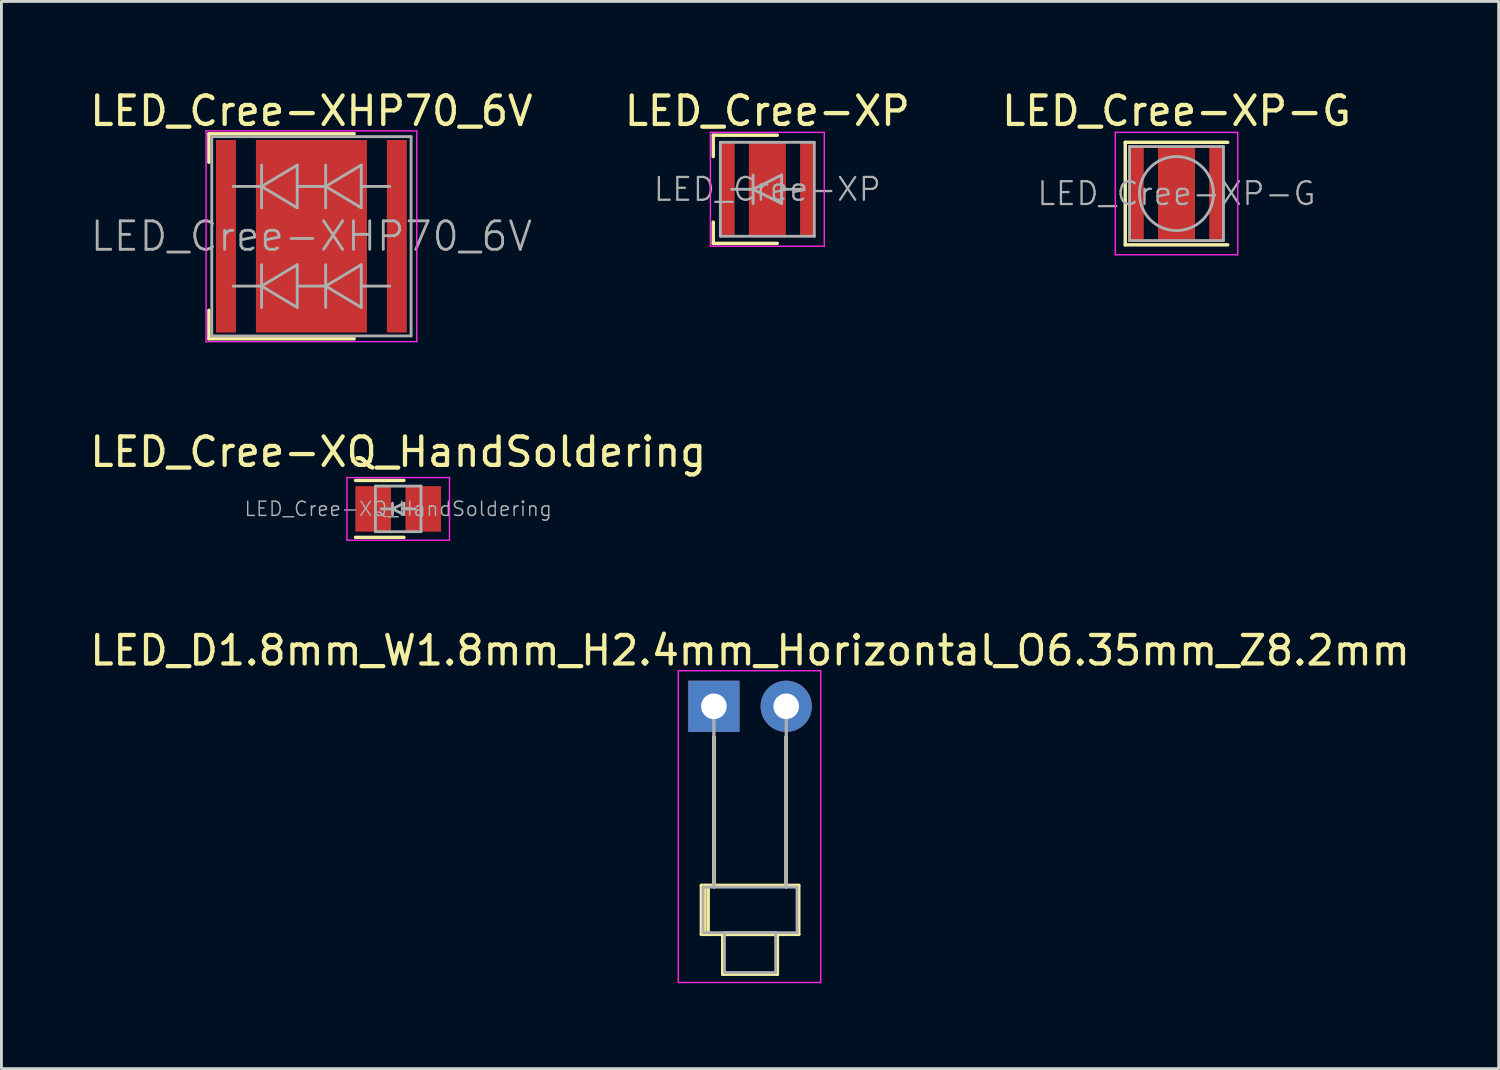
<source format=kicad_pcb>
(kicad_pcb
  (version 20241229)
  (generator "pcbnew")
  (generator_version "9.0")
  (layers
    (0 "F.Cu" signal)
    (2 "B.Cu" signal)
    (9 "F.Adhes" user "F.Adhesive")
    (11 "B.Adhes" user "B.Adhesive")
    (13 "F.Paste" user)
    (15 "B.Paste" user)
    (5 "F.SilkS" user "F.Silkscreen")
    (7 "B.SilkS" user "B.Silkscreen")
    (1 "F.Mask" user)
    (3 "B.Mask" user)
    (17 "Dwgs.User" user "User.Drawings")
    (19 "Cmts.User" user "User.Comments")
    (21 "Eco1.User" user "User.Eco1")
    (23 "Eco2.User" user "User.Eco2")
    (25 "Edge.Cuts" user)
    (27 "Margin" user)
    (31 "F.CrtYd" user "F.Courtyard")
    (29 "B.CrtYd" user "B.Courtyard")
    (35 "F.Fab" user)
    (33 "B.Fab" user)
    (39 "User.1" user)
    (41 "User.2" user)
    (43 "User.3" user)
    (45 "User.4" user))
  (footprint "LED_Cree-XP"
    (layer "F.Cu")
    (at 23.899 3.598)
    (property "Reference" "LED_Cree-XP" (at 0 -2.75 0) (layer "F.SilkS") (effects (font (size 1 1) (thickness 0.15))))
    (attr smd)
    (fp_line (start -1.9 -1.9) (end -1.9 -1.15) (stroke (width 0.12) (type solid)) (layer "F.SilkS"))
    (fp_line (start -1.9 1.9) (end -1.9 1.15) (stroke (width 0.12) (type solid)) (layer "F.SilkS"))
    (fp_line (start 0.35 -1.9) (end -1.9 -1.9) (stroke (width 0.12) (type solid)) (layer "F.SilkS"))
    (fp_line (start 0.35 1.9) (end -1.9 1.9) (stroke (width 0.12) (type solid)) (layer "F.SilkS"))
    (fp_line (start -2 -2) (end 2 -2) (stroke (width 0.05) (type solid)) (layer "F.CrtYd"))
    (fp_line (start -2 2) (end -2 -2) (stroke (width 0.05) (type solid)) (layer "F.CrtYd"))
    (fp_line (start 2 -2) (end 2 2) (stroke (width 0.05) (type solid)) (layer "F.CrtYd"))
    (fp_line (start 2 2) (end -2 2) (stroke (width 0.05) (type solid)) (layer "F.CrtYd"))
    (fp_line (start -1.65 -1.65) (end 1.65 -1.65) (stroke (width 0.1) (type solid)) (layer "F.Fab"))
    (fp_line (start -1.65 1.65) (end -1.65 -1.65) (stroke (width 0.1) (type solid)) (layer "F.Fab"))
    (fp_line (start -1.25 0) (end -0.5 0) (stroke (width 0.1) (type solid)) (layer "F.Fab"))
    (fp_line (start -0.5 -0.5) (end -0.5 0.5) (stroke (width 0.1) (type solid)) (layer "F.Fab"))
    (fp_line (start -0.5 0) (end 0.5 -0.5) (stroke (width 0.1) (type solid)) (layer "F.Fab"))
    (fp_line (start 0.5 -0.5) (end 0.5 0.5) (stroke (width 0.1) (type solid)) (layer "F.Fab"))
    (fp_line (start 0.5 0.5) (end -0.5 0) (stroke (width 0.1) (type solid)) (layer "F.Fab"))
    (fp_line (start 1.25 0) (end 0.5 0) (stroke (width 0.1) (type solid)) (layer "F.Fab"))
    (fp_line (start 1.65 -1.65) (end 1.65 1.65) (stroke (width 0.1) (type solid)) (layer "F.Fab"))
    (fp_line (start 1.65 1.65) (end -1.65 1.65) (stroke (width 0.1) (type solid)) (layer "F.Fab"))
    (fp_text user "${REFERENCE}" (at 0 0 0) (layer "F.Fab") (effects (font (size 0.8 0.8) (thickness 0.08))))
    (pad "" smd rect (at 0 -1) (size 1.01 0.75) (layers "F.Paste"))
    (pad "" smd rect (at 0 0) (size 1.01 0.75) (layers "F.Paste"))
    (pad "" smd rect (at 0 1) (size 1.01 0.75) (layers "F.Paste"))
    (pad "1" smd rect (at -1.4 0) (size 0.5 3.3) (layers "F.Cu" "F.Mask" "F.Paste"))
    (pad "2" smd rect (at 1.4 0) (size 0.5 3.3) (layers "F.Cu" "F.Mask" "F.Paste"))
    (pad "3" smd rect (at 0 0) (size 1.3 3.3) (layers "F.Cu" "F.Mask")))
  (footprint "LED_Cree-XP-G"
    (layer "F.Cu")
    (at 38.268 3.748)
    (property "Reference" "LED_Cree-XP-G" (at 0 -2.9 0) (layer "F.SilkS") (effects (font (size 1 1) (thickness 0.15))))
    (attr smd)
    (fp_line (start -1.8 -1.8) (end 1.8 -1.8) (stroke (width 0.12) (type solid)) (layer "F.SilkS"))
    (fp_line (start -1.8 1.8) (end -1.8 -1.8) (stroke (width 0.12) (type solid)) (layer "F.SilkS"))
    (fp_line (start 1.8 1.8) (end -1.8 1.8) (stroke (width 0.12) (type solid)) (layer "F.SilkS"))
    (fp_line (start -2.15 -2.15) (end 2.15 -2.15) (stroke (width 0.05) (type solid)) (layer "F.CrtYd"))
    (fp_line (start -2.15 2.15) (end -2.15 -2.15) (stroke (width 0.05) (type solid)) (layer "F.CrtYd"))
    (fp_line (start 2.15 -2.15) (end 2.15 2.15) (stroke (width 0.05) (type solid)) (layer "F.CrtYd"))
    (fp_line (start 2.15 2.15) (end -2.15 2.15) (stroke (width 0.05) (type solid)) (layer "F.CrtYd"))
    (fp_line (start -1.65 -1.65) (end 1.65 -1.65) (stroke (width 0.1) (type solid)) (layer "F.Fab"))
    (fp_line (start -1.65 1.65) (end -1.65 -1.65) (stroke (width 0.1) (type solid)) (layer "F.Fab"))
    (fp_line (start 1.65 -1.65) (end 1.65 1.65) (stroke (width 0.1) (type solid)) (layer "F.Fab"))
    (fp_line (start 1.65 1.65) (end -1.65 1.65) (stroke (width 0.1) (type solid)) (layer "F.Fab"))
    (fp_circle (center 0 0) (end 0 1.3) (stroke (width 0.1) (type solid)) (fill no) (layer "F.Fab"))
    (fp_text user "${REFERENCE}" (at 0 0 0) (layer "F.Fab") (effects (font (size 0.8 0.8) (thickness 0.08))))
    (pad "" smd rect (at 0 -1) (size 1.01 0.75) (layers "F.Paste"))
    (pad "" smd rect (at 0 0) (size 1.01 0.75) (layers "F.Paste"))
    (pad "" smd rect (at 0 1) (size 1.01 0.75) (layers "F.Paste"))
    (pad "1" smd rect (at -1.4 0) (size 0.5 3.3) (layers "F.Cu" "F.Mask" "F.Paste"))
    (pad "2" smd rect (at 1.4 0) (size 0.5 3.3) (layers "F.Cu" "F.Mask" "F.Paste"))
    (pad "3" smd rect (at 0 0) (size 1.3 3.3) (layers "F.Cu" "F.Mask")))
  (footprint "LED_Cree-XQ_HandSoldering"
    (layer "F.Cu")
    (at 10.935 14.822)
    (property "Reference" "LED_Cree-XQ_HandSoldering" (at 0 -2 0) (layer "F.SilkS") (effects (font (size 1 1) (thickness 0.15))))
    (attr smd)
    (fp_line (start 0.2 -1) (end -1.5 -1) (stroke (width 0.12) (type solid)) (layer "F.SilkS"))
    (fp_line (start 0.2 1) (end -1.5 1) (stroke (width 0.12) (type solid)) (layer "F.SilkS"))
    (fp_line (start -1.8 -1.1) (end 1.8 -1.1) (stroke (width 0.05) (type solid)) (layer "F.CrtYd"))
    (fp_line (start -1.8 1.1) (end -1.8 -1.1) (stroke (width 0.05) (type solid)) (layer "F.CrtYd"))
    (fp_line (start 1.8 -1.1) (end 1.8 1.1) (stroke (width 0.05) (type solid)) (layer "F.CrtYd"))
    (fp_line (start 1.8 1.1) (end -1.8 1.1) (stroke (width 0.05) (type solid)) (layer "F.CrtYd"))
    (fp_line (start -0.8 -0.8) (end 0.8 -0.8) (stroke (width 0.1) (type solid)) (layer "F.Fab"))
    (fp_line (start -0.8 0.8) (end -0.8 -0.8) (stroke (width 0.1) (type solid)) (layer "F.Fab"))
    (fp_line (start -0.6 0) (end -0.2 0) (stroke (width 0.1) (type solid)) (layer "F.Fab"))
    (fp_line (start -0.2 -0.2) (end -0.2 0.2) (stroke (width 0.1) (type solid)) (layer "F.Fab"))
    (fp_line (start -0.2 0) (end 0.2 -0.2) (stroke (width 0.1) (type solid)) (layer "F.Fab"))
    (fp_line (start 0.2 -0.2) (end 0.2 0.2) (stroke (width 0.1) (type solid)) (layer "F.Fab"))
    (fp_line (start 0.2 0.2) (end -0.2 0) (stroke (width 0.1) (type solid)) (layer "F.Fab"))
    (fp_line (start 0.6 0) (end 0.2 0) (stroke (width 0.1) (type solid)) (layer "F.Fab"))
    (fp_line (start 0.8 -0.8) (end 0.8 0.8) (stroke (width 0.1) (type solid)) (layer "F.Fab"))
    (fp_line (start 0.8 0.8) (end -0.8 0.8) (stroke (width 0.1) (type solid)) (layer "F.Fab"))
    (fp_text user "${REFERENCE}" (at 0 0 0) (layer "F.Fab") (effects (font (size 0.5 0.5) (thickness 0.05))))
    (pad "1" smd rect (at -0.88 0) (size 1.25 1.6) (layers "F.Cu" "F.Mask" "F.Paste"))
    (pad "2" smd rect (at 0.88 0) (size 1.25 1.6) (layers "F.Cu" "F.Mask" "F.Paste")))
  (footprint "LED_Cree-XHP70_6V"
    (layer "F.Cu")
    (at 7.887 5.248)
    (property "Reference" "LED_Cree-XHP70_6V" (at 0 -4.4 0) (layer "F.SilkS") (effects (font (size 1 1) (thickness 0.15))))
    (attr smd)
    (fp_line (start -3.6 -3.6) (end -3.6 -2.6) (stroke (width 0.12) (type solid)) (layer "F.SilkS"))
    (fp_line (start -3.6 3.6) (end -3.6 2.6) (stroke (width 0.12) (type solid)) (layer "F.SilkS"))
    (fp_line (start 1.5 -3.6) (end -3.6 -3.6) (stroke (width 0.12) (type solid)) (layer "F.SilkS"))
    (fp_line (start 1.5 3.6) (end -3.6 3.6) (stroke (width 0.12) (type solid)) (layer "F.SilkS"))
    (fp_line (start -3.7 -3.7) (end -3.7 3.7) (stroke (width 0.05) (type solid)) (layer "F.CrtYd"))
    (fp_line (start -3.7 3.7) (end 3.7 3.7) (stroke (width 0.05) (type solid)) (layer "F.CrtYd"))
    (fp_line (start 3.7 -3.7) (end -3.7 -3.7) (stroke (width 0.05) (type solid)) (layer "F.CrtYd"))
    (fp_line (start 3.7 3.7) (end 3.7 -3.7) (stroke (width 0.05) (type solid)) (layer "F.CrtYd"))
    (fp_line (start -3.5 -3.5) (end -3.5 3.5) (stroke (width 0.1) (type solid)) (layer "F.Fab"))
    (fp_line (start -3.5 3.5) (end 3.5 3.5) (stroke (width 0.1) (type solid)) (layer "F.Fab"))
    (fp_line (start -2.75 -1.75) (end -1.75 -1.75) (stroke (width 0.1) (type solid)) (layer "F.Fab"))
    (fp_line (start -2.75 1.75) (end -1.75 1.75) (stroke (width 0.1) (type solid)) (layer "F.Fab"))
    (fp_line (start -1.75 -1.75) (end -1.75 -2.5) (stroke (width 0.1) (type solid)) (layer "F.Fab"))
    (fp_line (start -1.75 -1.75) (end -1.75 -1) (stroke (width 0.1) (type solid)) (layer "F.Fab"))
    (fp_line (start -1.75 -1.75) (end -0.5 -1) (stroke (width 0.1) (type solid)) (layer "F.Fab"))
    (fp_line (start -1.75 1.75) (end -1.75 1) (stroke (width 0.1) (type solid)) (layer "F.Fab"))
    (fp_line (start -1.75 1.75) (end -1.75 2.5) (stroke (width 0.1) (type solid)) (layer "F.Fab"))
    (fp_line (start -1.75 1.75) (end -0.5 2.5) (stroke (width 0.1) (type solid)) (layer "F.Fab"))
    (fp_line (start -0.5 -2.5) (end -1.75 -1.75) (stroke (width 0.1) (type solid)) (layer "F.Fab"))
    (fp_line (start -0.5 -1.75) (end 0.5 -1.75) (stroke (width 0.1) (type solid)) (layer "F.Fab"))
    (fp_line (start -0.5 -1) (end -0.5 -2.5) (stroke (width 0.1) (type solid)) (layer "F.Fab"))
    (fp_line (start -0.5 1) (end -1.75 1.75) (stroke (width 0.1) (type solid)) (layer "F.Fab"))
    (fp_line (start -0.5 1.75) (end 0.5 1.75) (stroke (width 0.1) (type solid)) (layer "F.Fab"))
    (fp_line (start -0.5 2.5) (end -0.5 1) (stroke (width 0.1) (type solid)) (layer "F.Fab"))
    (fp_line (start 0.5 -2.5) (end 0.5 -1) (stroke (width 0.1) (type solid)) (layer "F.Fab"))
    (fp_line (start 0.5 -1.75) (end 1.75 -2.5) (stroke (width 0.1) (type solid)) (layer "F.Fab"))
    (fp_line (start 0.5 1) (end 0.5 2.5) (stroke (width 0.1) (type solid)) (layer "F.Fab"))
    (fp_line (start 0.5 1.75) (end 1.75 1) (stroke (width 0.1) (type solid)) (layer "F.Fab"))
    (fp_line (start 1.75 -1.75) (end 1.75 -2.5) (stroke (width 0.1) (type solid)) (layer "F.Fab"))
    (fp_line (start 1.75 -1.75) (end 1.75 -1) (stroke (width 0.1) (type solid)) (layer "F.Fab"))
    (fp_line (start 1.75 -1) (end 0.5 -1.75) (stroke (width 0.1) (type solid)) (layer "F.Fab"))
    (fp_line (start 1.75 1.75) (end 1.75 1) (stroke (width 0.1) (type solid)) (layer "F.Fab"))
    (fp_line (start 1.75 1.75) (end 1.75 2.5) (stroke (width 0.1) (type solid)) (layer "F.Fab"))
    (fp_line (start 1.75 2.5) (end 0.5 1.75) (stroke (width 0.1) (type solid)) (layer "F.Fab"))
    (fp_line (start 2.75 -1.75) (end 1.75 -1.75) (stroke (width 0.1) (type solid)) (layer "F.Fab"))
    (fp_line (start 2.75 1.75) (end 1.75 1.75) (stroke (width 0.1) (type solid)) (layer "F.Fab"))
    (fp_line (start 3.5 -3.5) (end -3.5 -3.5) (stroke (width 0.1) (type solid)) (layer "F.Fab"))
    (fp_line (start 3.5 3.5) (end 3.5 -3.5) (stroke (width 0.1) (type solid)) (layer "F.Fab"))
    (fp_text user "${REFERENCE}" (at 0 0 0) (layer "F.Fab") (effects (font (size 1 1) (thickness 0.1))))
    (pad "" smd rect (at -3 -1.815) (size 0.7 3.13) (layers "F.Paste"))
    (pad "" smd rect (at -3 -1.815) (size 0.7 3.13) (layers "F.Paste"))
    (pad "" smd rect (at -3 1.815) (size 0.7 3.13) (layers "F.Paste"))
    (pad "" smd rect (at -0.77 -2.31) (size 1.29 1.29) (layers "F.Paste"))
    (pad "" smd rect (at -0.77 -0.77) (size 1.29 1.29) (layers "F.Paste"))
    (pad "" smd rect (at -0.77 0.77) (size 1.29 1.29) (layers "F.Paste"))
    (pad "" smd rect (at -0.77 2.31) (size 1.29 1.29) (layers "F.Paste"))
    (pad "" smd rect (at 0.77 -2.31) (size 1.29 1.29) (layers "F.Paste"))
    (pad "" smd rect (at 0.77 -0.77) (size 1.29 1.29) (layers "F.Paste"))
    (pad "" smd rect (at 0.77 0.77) (size 1.29 1.29) (layers "F.Paste"))
    (pad "" smd rect (at 0.77 2.31) (size 1.29 1.29) (layers "F.Paste"))
    (pad "" smd rect (at 3 -1.815) (size 0.7 3.13) (layers "F.Paste"))
    (pad "" smd rect (at 3 1.815) (size 0.7 3.13) (layers "F.Paste"))
    (pad "" smd rect (at 3 1.815) (size 0.7 3.13) (layers "F.Paste"))
    (pad "1" smd rect (at -3 0) (size 0.7 6.76) (layers "F.Cu" "F.Mask"))
    (pad "2" smd rect (at 3 0) (size 0.7 6.76) (layers "F.Cu" "F.Mask"))
    (pad "3" smd rect (at 0 0) (size 3.9 6.76) (layers "F.Cu" "F.Mask")))
  (footprint "LED_D1.8mm_W1.8mm_H2.4mm_Horizontal_O6.35mm_Z8.2mm"
    (layer "F.Cu")
    (at 22.022 21.755)
    (property "Reference" "LED_D1.8mm_W1.8mm_H2.4mm_Horizontal_O6.35mm_Z8.2mm" (at 1.27 -1.96 0) (layer "F.SilkS") (effects (font (size 1 1) (thickness 0.15))))
    (attr through_hole)
    (fp_line (start -0.44 6.29) (end -0.44 8.01) (stroke (width 0.12) (type solid)) (layer "F.SilkS"))
    (fp_line (start -0.44 8.01) (end 2.98 8.01) (stroke (width 0.12) (type solid)) (layer "F.SilkS"))
    (fp_line (start -0.32 6.29) (end -0.32 8.01) (stroke (width 0.12) (type solid)) (layer "F.SilkS"))
    (fp_line (start -0.2 6.29) (end -0.2 8.01) (stroke (width 0.12) (type solid)) (layer "F.SilkS"))
    (fp_line (start 0 1.08) (end 0 1.08) (stroke (width 0.12) (type solid)) (layer "F.SilkS"))
    (fp_line (start 0 1.08) (end 0 6.29) (stroke (width 0.12) (type solid)) (layer "F.SilkS"))
    (fp_line (start 0 6.29) (end 0 1.08) (stroke (width 0.12) (type solid)) (layer "F.SilkS"))
    (fp_line (start 0 6.29) (end 0 6.29) (stroke (width 0.12) (type solid)) (layer "F.SilkS"))
    (fp_line (start 0.31 8.01) (end 0.31 9.41) (stroke (width 0.12) (type solid)) (layer "F.SilkS"))
    (fp_line (start 0.31 9.41) (end 2.23 9.41) (stroke (width 0.12) (type solid)) (layer "F.SilkS"))
    (fp_line (start 2.23 8.01) (end 0.31 8.01) (stroke (width 0.12) (type solid)) (layer "F.SilkS"))
    (fp_line (start 2.23 9.41) (end 2.23 8.01) (stroke (width 0.12) (type solid)) (layer "F.SilkS"))
    (fp_line (start 2.54 1.08) (end 2.54 1.08) (stroke (width 0.12) (type solid)) (layer "F.SilkS"))
    (fp_line (start 2.54 1.08) (end 2.54 6.29) (stroke (width 0.12) (type solid)) (layer "F.SilkS"))
    (fp_line (start 2.54 6.29) (end 2.54 1.08) (stroke (width 0.12) (type solid)) (layer "F.SilkS"))
    (fp_line (start 2.54 6.29) (end 2.54 6.29) (stroke (width 0.12) (type solid)) (layer "F.SilkS"))
    (fp_line (start 2.98 6.29) (end -0.44 6.29) (stroke (width 0.12) (type solid)) (layer "F.SilkS"))
    (fp_line (start 2.98 8.01) (end 2.98 6.29) (stroke (width 0.12) (type solid)) (layer "F.SilkS"))
    (fp_line (start -1.25 -1.25) (end -1.25 9.7) (stroke (width 0.05) (type solid)) (layer "F.CrtYd"))
    (fp_line (start -1.25 9.7) (end 3.75 9.7) (stroke (width 0.05) (type solid)) (layer "F.CrtYd"))
    (fp_line (start 3.75 -1.25) (end -1.25 -1.25) (stroke (width 0.05) (type solid)) (layer "F.CrtYd"))
    (fp_line (start 3.75 9.7) (end 3.75 -1.25) (stroke (width 0.05) (type solid)) (layer "F.CrtYd"))
    (fp_line (start -0.38 6.35) (end -0.38 7.95) (stroke (width 0.1) (type solid)) (layer "F.Fab"))
    (fp_line (start -0.38 7.95) (end 2.92 7.95) (stroke (width 0.1) (type solid)) (layer "F.Fab"))
    (fp_line (start 0 0) (end 0 0) (stroke (width 0.1) (type solid)) (layer "F.Fab"))
    (fp_line (start 0 0) (end 0 6.35) (stroke (width 0.1) (type solid)) (layer "F.Fab"))
    (fp_line (start 0 6.35) (end 0 0) (stroke (width 0.1) (type solid)) (layer "F.Fab"))
    (fp_line (start 0 6.35) (end 0 6.35) (stroke (width 0.1) (type solid)) (layer "F.Fab"))
    (fp_line (start 0.37 7.95) (end 0.37 9.35) (stroke (width 0.1) (type solid)) (layer "F.Fab"))
    (fp_line (start 0.37 9.35) (end 2.17 9.35) (stroke (width 0.1) (type solid)) (layer "F.Fab"))
    (fp_line (start 2.17 7.95) (end 0.37 7.95) (stroke (width 0.1) (type solid)) (layer "F.Fab"))
    (fp_line (start 2.17 9.35) (end 2.17 7.95) (stroke (width 0.1) (type solid)) (layer "F.Fab"))
    (fp_line (start 2.54 0) (end 2.54 0) (stroke (width 0.1) (type solid)) (layer "F.Fab"))
    (fp_line (start 2.54 0) (end 2.54 6.35) (stroke (width 0.1) (type solid)) (layer "F.Fab"))
    (fp_line (start 2.54 6.35) (end 2.54 0) (stroke (width 0.1) (type solid)) (layer "F.Fab"))
    (fp_line (start 2.54 6.35) (end 2.54 6.35) (stroke (width 0.1) (type solid)) (layer "F.Fab"))
    (fp_line (start 2.92 6.35) (end -0.38 6.35) (stroke (width 0.1) (type solid)) (layer "F.Fab"))
    (fp_line (start 2.92 7.95) (end 2.92 6.35) (stroke (width 0.1) (type solid)) (layer "F.Fab"))
    (pad "1" thru_hole rect (at 0 0) (size 1.8 1.8) (drill 0.9) (layers "*.Cu" "*.Mask"))
    (pad "2" thru_hole circle (at 2.54 0) (size 1.8 1.8) (drill 0.9) (layers "*.Cu" "*.Mask")))
  (gr_rect
    (start -3 -3)
    (end 49.583 34.48)
    (stroke (width 0.1) (type default))
    (fill no)
    (layer "Edge.Cuts")))
</source>
